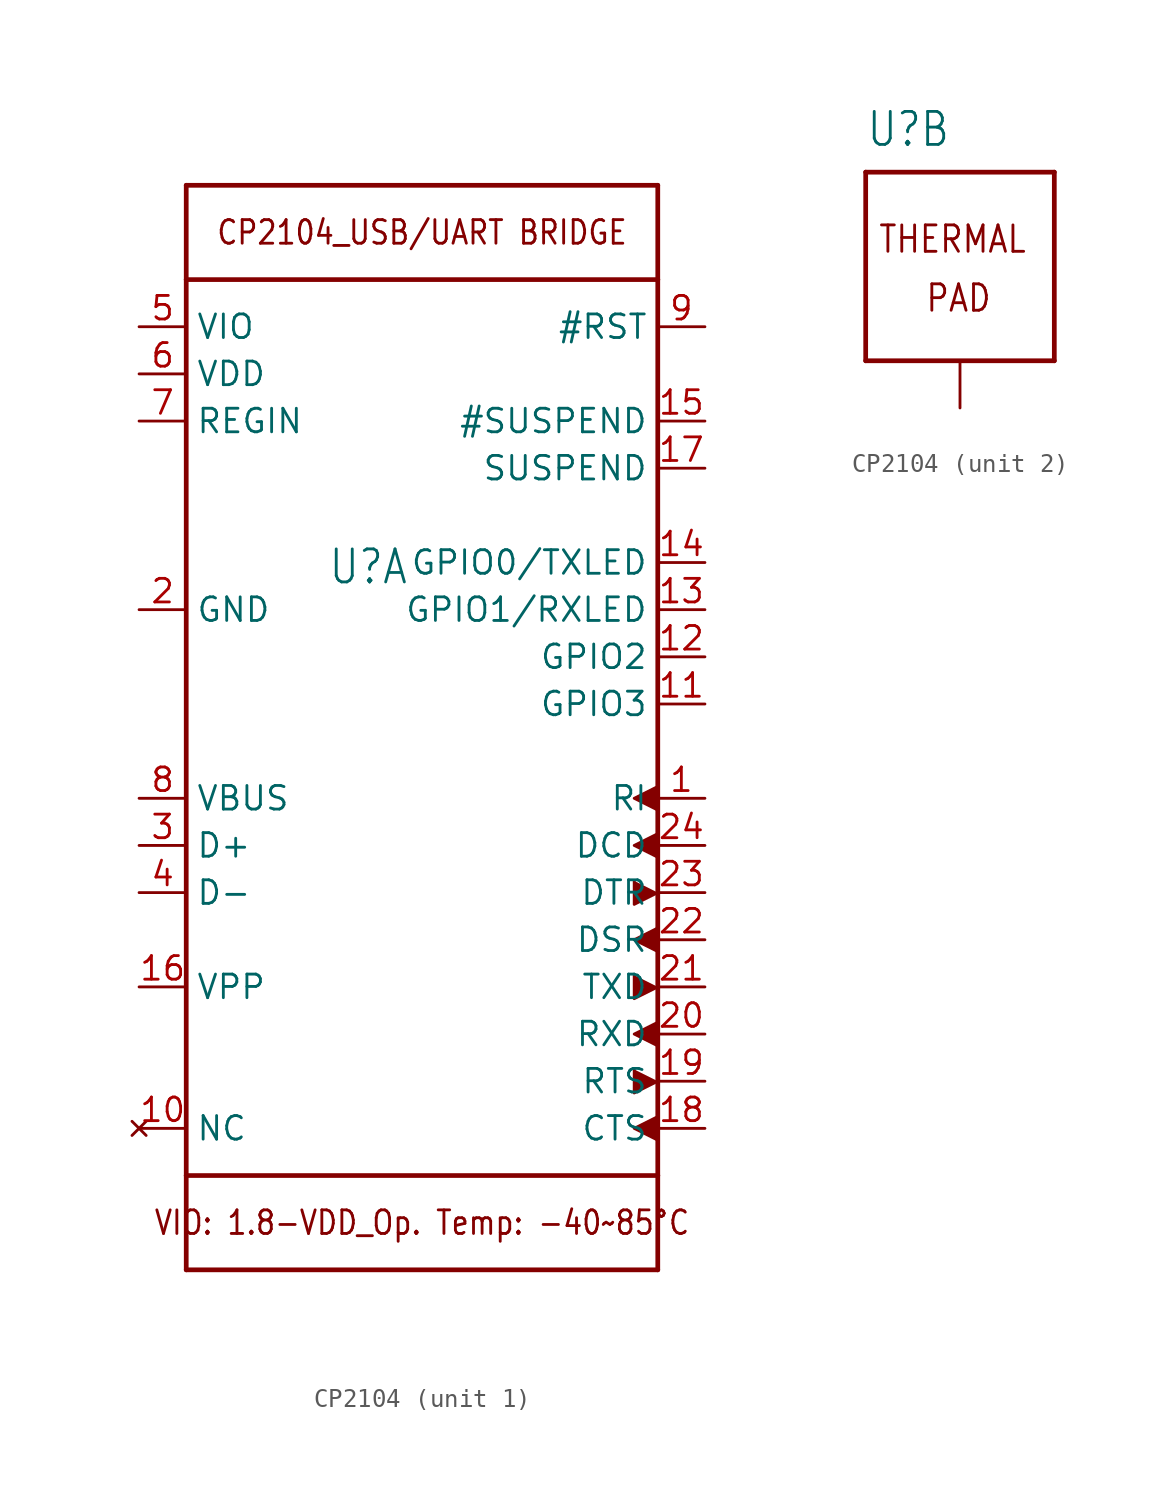
<source format=kicad_sym>
(kicad_symbol_lib
  (version 20211014)
  (generator kicad_symbol_editor)
  (symbol "CP2104"
    (property "Reference" "U"
      (at -5.08 6.35 0)
      (effects (font (size 1.778 1.511)) (justify left bottom)))
    (property "ki_locked" ""
      (at 0 0 0)
      (effects (font (size 1.27 1.27))))
    (symbol "CP2104_1_0"
      (polyline (pts (xy -12.7 -30.48) (xy 12.7 -30.48)) (stroke (width 0.254) (type default) (color 0 0 0 0)) (fill (type none)))
      (polyline (pts (xy -12.7 -25.4) (xy -12.7 -30.48)) (stroke (width 0.254) (type default) (color 0 0 0 0)) (fill (type none)))
      (polyline (pts (xy -12.7 -25.4) (xy -12.7 22.86)) (stroke (width 0.254) (type default) (color 0 0 0 0)) (fill (type none)))
      (polyline (pts (xy -12.7 22.86) (xy -12.7 27.94)) (stroke (width 0.254) (type default) (color 0 0 0 0)) (fill (type none)))
      (polyline (pts (xy -12.7 22.86) (xy 12.7 22.86)) (stroke (width 0.254) (type default) (color 0 0 0 0)) (fill (type none)))
      (polyline (pts (xy -12.7 27.94) (xy 12.7 27.94)) (stroke (width 0.254) (type default) (color 0 0 0 0)) (fill (type none)))
      (polyline (pts (xy 12.7 -30.48) (xy 12.7 -25.4)) (stroke (width 0.254) (type default) (color 0 0 0 0)) (fill (type none)))
      (polyline (pts (xy 12.7 -25.4) (xy -12.7 -25.4)) (stroke (width 0.254) (type default) (color 0 0 0 0)) (fill (type none)))
      (polyline (pts (xy 12.7 22.86) (xy 12.7 -25.4)) (stroke (width 0.254) (type default) (color 0 0 0 0)) (fill (type none)))
      (polyline (pts (xy 12.7 27.94) (xy 12.7 22.86)) (stroke (width 0.254) (type default) (color 0 0 0 0)) (fill (type none)))
      (polyline (pts (xy 11.43 -19.685) (xy 11.43 -20.955) (xy 12.7 -20.32)) (stroke (width 0) (type default) (color 0 0 0 0)) (fill (type outline)))
      (polyline (pts (xy 11.43 -14.605) (xy 11.43 -15.875) (xy 12.7 -15.24)) (stroke (width 0) (type default) (color 0 0 0 0)) (fill (type outline)))
      (polyline (pts (xy 11.43 -9.525) (xy 11.43 -10.795) (xy 12.7 -10.16)) (stroke (width 0) (type default) (color 0 0 0 0)) (fill (type outline)))
      (polyline (pts (xy 12.7 -22.225) (xy 11.43 -22.86) (xy 12.7 -23.495)) (stroke (width 0) (type default) (color 0 0 0 0)) (fill (type outline)))
      (polyline (pts (xy 12.7 -17.145) (xy 11.43 -17.78) (xy 12.7 -18.415)) (stroke (width 0) (type default) (color 0 0 0 0)) (fill (type outline)))
      (polyline (pts (xy 12.7 -12.065) (xy 11.43 -12.7) (xy 12.7 -13.335)) (stroke (width 0) (type default) (color 0 0 0 0)) (fill (type outline)))
      (polyline (pts (xy 12.7 -6.985) (xy 11.43 -7.62) (xy 12.7 -8.255)) (stroke (width 0) (type default) (color 0 0 0 0)) (fill (type outline)))
      (polyline (pts (xy 12.7 -4.445) (xy 11.43 -5.08) (xy 12.7 -5.715)) (stroke (width 0) (type default) (color 0 0 0 0)) (fill (type outline)))
      (text "CP2104_USB/UART BRIDGE" (at 0 25.4 0) (effects (font (size 1.27 1.079))))
      (text "VIO: 1.8-VDD_Op. Temp: -40~85°C" (at 0 -27.94 0) (effects (font (size 1.27 1.079))))
      (pin input line (at 15.24 -5.08 180) (length 2.54) (name "RI" (effects (font (size 1.27 1.27)))) (number "1" (effects (font (size 1.27 1.27)))))
      (pin no_connect line (at -15.24 -22.86 0) (length 2.54) (name "NC" (effects (font (size 1.27 1.27)))) (number "10" (effects (font (size 1.27 1.27)))))
      (pin bidirectional line (at 15.24 0 180) (length 2.54) (name "GPIO3" (effects (font (size 1.27 1.27)))) (number "11" (effects (font (size 1.27 1.27)))))
      (pin bidirectional line (at 15.24 2.54 180) (length 2.54) (name "GPIO2" (effects (font (size 1.27 1.27)))) (number "12" (effects (font (size 1.27 1.27)))))
      (pin bidirectional line (at 15.24 5.08 180) (length 2.54) (name "GPIO1/RXLED" (effects (font (size 1.27 1.27)))) (number "13" (effects (font (size 1.27 1.27)))))
      (pin bidirectional line (at 15.24 7.62 180) (length 2.54) (name "GPIO0/TXLED" (effects (font (size 1.27 1.27)))) (number "14" (effects (font (size 1.27 1.27)))))
      (pin output line (at 15.24 15.24 180) (length 2.54) (name "#SUSPEND" (effects (font (size 1.27 1.27)))) (number "15" (effects (font (size 1.27 1.27)))))
      (pin bidirectional line (at -15.24 -15.24 0) (length 2.54) (name "VPP" (effects (font (size 1.27 1.27)))) (number "16" (effects (font (size 1.27 1.27)))))
      (pin output line (at 15.24 12.7 180) (length 2.54) (name "SUSPEND" (effects (font (size 1.27 1.27)))) (number "17" (effects (font (size 1.27 1.27)))))
      (pin input line (at 15.24 -22.86 180) (length 2.54) (name "CTS" (effects (font (size 1.27 1.27)))) (number "18" (effects (font (size 1.27 1.27)))))
      (pin output line (at 15.24 -20.32 180) (length 2.54) (name "RTS" (effects (font (size 1.27 1.27)))) (number "19" (effects (font (size 1.27 1.27)))))
      (pin power_in line (at -15.24 5.08 0) (length 2.54) (name "GND" (effects (font (size 1.27 1.27)))) (number "2" (effects (font (size 1.27 1.27)))))
      (pin input line (at 15.24 -17.78 180) (length 2.54) (name "RXD" (effects (font (size 1.27 1.27)))) (number "20" (effects (font (size 1.27 1.27)))))
      (pin output line (at 15.24 -15.24 180) (length 2.54) (name "TXD" (effects (font (size 1.27 1.27)))) (number "21" (effects (font (size 1.27 1.27)))))
      (pin input line (at 15.24 -12.7 180) (length 2.54) (name "DSR" (effects (font (size 1.27 1.27)))) (number "22" (effects (font (size 1.27 1.27)))))
      (pin output line (at 15.24 -10.16 180) (length 2.54) (name "DTR" (effects (font (size 1.27 1.27)))) (number "23" (effects (font (size 1.27 1.27)))))
      (pin input line (at 15.24 -7.62 180) (length 2.54) (name "DCD" (effects (font (size 1.27 1.27)))) (number "24" (effects (font (size 1.27 1.27)))))
      (pin bidirectional line (at -15.24 -7.62 0) (length 2.54) (name "D+" (effects (font (size 1.27 1.27)))) (number "3" (effects (font (size 1.27 1.27)))))
      (pin bidirectional line (at -15.24 -10.16 0) (length 2.54) (name "D-" (effects (font (size 1.27 1.27)))) (number "4" (effects (font (size 1.27 1.27)))))
      (pin power_in line (at -15.24 20.32 0) (length 2.54) (name "VIO" (effects (font (size 1.27 1.27)))) (number "5" (effects (font (size 1.27 1.27)))))
      (pin power_in line (at -15.24 17.78 0) (length 2.54) (name "VDD" (effects (font (size 1.27 1.27)))) (number "6" (effects (font (size 1.27 1.27)))))
      (pin power_in line (at -15.24 15.24 0) (length 2.54) (name "REGIN" (effects (font (size 1.27 1.27)))) (number "7" (effects (font (size 1.27 1.27)))))
      (pin power_in line (at -15.24 -5.08 0) (length 2.54) (name "VBUS" (effects (font (size 1.27 1.27)))) (number "8" (effects (font (size 1.27 1.27)))))
      (pin bidirectional line (at 15.24 20.32 180) (length 2.54) (name "#RST" (effects (font (size 1.27 1.27)))) (number "9" (effects (font (size 1.27 1.27))))))
    (symbol "CP2104_2_0"
      (polyline (pts (xy -5.08 -5.08) (xy -5.08 5.08)) (stroke (width 0.254) (type default) (color 0 0 0 0)) (fill (type none)))
      (polyline (pts (xy -5.08 5.08) (xy 5.08 5.08)) (stroke (width 0.254) (type default) (color 0 0 0 0)) (fill (type none)))
      (polyline (pts (xy 5.08 -5.08) (xy -5.08 -5.08)) (stroke (width 0.254) (type default) (color 0 0 0 0)) (fill (type none)))
      (polyline (pts (xy 5.08 5.08) (xy 5.08 -5.08)) (stroke (width 0.254) (type default) (color 0 0 0 0)) (fill (type none)))
      (text "PAD" (at -1.905 -2.54 0) (effects (font (size 1.422 1.209)) (justify left bottom)))
      (text "THERMAL" (at -4.445 0.635 0) (effects (font (size 1.422 1.209)) (justify left bottom)))
      (pin power_in line (at 0 -7.62 90) (length 2.54) (name "TP" (effects (font (size 0 0)))) (number "THERM" (effects (font (size 0 0))))))))
</source>
